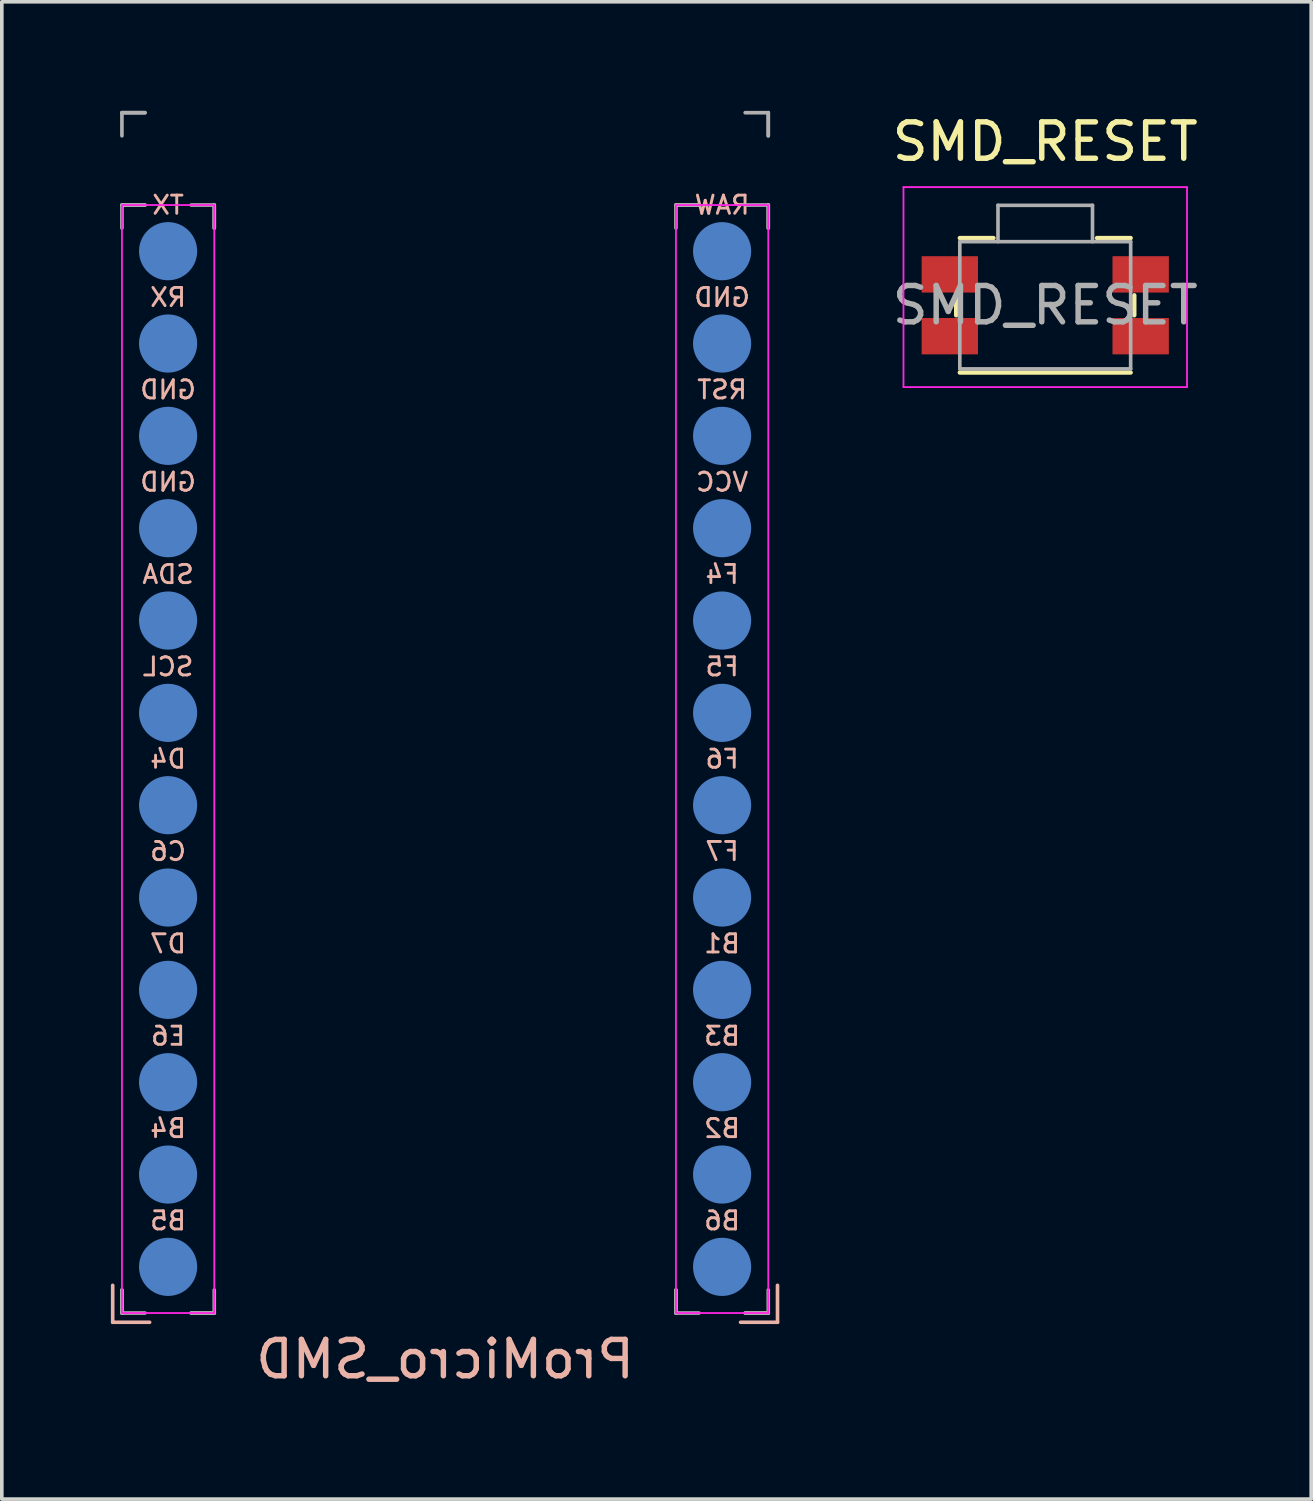
<source format=kicad_pcb>
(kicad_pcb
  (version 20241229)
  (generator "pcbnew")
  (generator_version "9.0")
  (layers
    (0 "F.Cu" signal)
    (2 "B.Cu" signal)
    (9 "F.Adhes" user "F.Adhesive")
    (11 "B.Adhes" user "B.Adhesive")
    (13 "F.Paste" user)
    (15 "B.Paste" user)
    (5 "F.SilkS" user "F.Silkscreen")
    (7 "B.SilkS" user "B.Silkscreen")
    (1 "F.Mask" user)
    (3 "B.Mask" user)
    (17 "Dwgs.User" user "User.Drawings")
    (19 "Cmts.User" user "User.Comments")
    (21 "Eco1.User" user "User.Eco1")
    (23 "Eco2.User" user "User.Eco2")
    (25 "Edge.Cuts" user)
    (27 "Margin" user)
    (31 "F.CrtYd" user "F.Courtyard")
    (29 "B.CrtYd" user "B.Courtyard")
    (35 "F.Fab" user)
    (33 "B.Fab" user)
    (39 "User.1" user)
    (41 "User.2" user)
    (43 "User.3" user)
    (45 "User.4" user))
  (footprint "SMD_RESET"
    (layer "F.Cu")
    (at 25.703 5.348)
    (property "Reference" "SMD_RESET" (at 0 -4.5 0) (layer "F.SilkS") (effects (font (size 1 1) (thickness 0.15))))
    (attr smd)
    (fp_line (start -2.45 0.275) (end -2.45 -0.275) (stroke (width 0.12) (type solid)) (layer "F.SilkS"))
    (fp_line (start -1.425 -1.85) (end -2.35 -1.85) (stroke (width 0.12) (type solid)) (layer "F.SilkS"))
    (fp_line (start 2.35 -1.85) (end 1.425 -1.85) (stroke (width 0.12) (type solid)) (layer "F.SilkS"))
    (fp_line (start 2.35 1.85) (end -2.35 1.85) (stroke (width 0.12) (type solid)) (layer "F.SilkS"))
    (fp_line (start 2.45 0.275) (end 2.45 -0.275) (stroke (width 0.12) (type solid)) (layer "F.SilkS"))
    (fp_line (start -3.9 2.25) (end -3.9 -3.25) (stroke (width 0.05) (type solid)) (layer "F.CrtYd"))
    (fp_line (start 3.9 -3.25) (end -3.9 -3.25) (stroke (width 0.05) (type solid)) (layer "F.CrtYd"))
    (fp_line (start 3.9 2.25) (end -3.9 2.25) (stroke (width 0.05) (type solid)) (layer "F.CrtYd"))
    (fp_line (start 3.9 2.25) (end 3.9 -3.25) (stroke (width 0.05) (type solid)) (layer "F.CrtYd"))
    (fp_line (start -2.35 1.75) (end -2.35 -1.75) (stroke (width 0.1) (type solid)) (layer "F.Fab"))
    (fp_line (start -1.3 -2.75) (end -1.3 -1.75) (stroke (width 0.1) (type solid)) (layer "F.Fab"))
    (fp_line (start 1.3 -2.75) (end -1.3 -2.75) (stroke (width 0.1) (type solid)) (layer "F.Fab"))
    (fp_line (start 1.3 -2.75) (end 1.3 -1.75) (stroke (width 0.1) (type solid)) (layer "F.Fab"))
    (fp_line (start 2.35 -1.75) (end -2.35 -1.75) (stroke (width 0.1) (type solid)) (layer "F.Fab"))
    (fp_line (start 2.35 1.75) (end -2.35 1.75) (stroke (width 0.1) (type solid)) (layer "F.Fab"))
    (fp_line (start 2.35 1.75) (end 2.35 -1.75) (stroke (width 0.1) (type solid)) (layer "F.Fab"))
    (fp_text user "${REFERENCE}" (at 0 0 0) (layer "F.Fab") (effects (font (size 1 1) (thickness 0.15))))
    (pad "1" smd rect (at -2.625 -0.85 180) (size 1.55 1) (layers "F.Cu" "F.Mask" "F.Paste"))
    (pad "1" smd rect (at 2.625 -0.85 180) (size 1.55 1) (layers "F.Cu" "F.Mask" "F.Paste"))
    (pad "2" smd rect (at -2.625 0.85 180) (size 1.55 1) (layers "F.Cu" "F.Mask" "F.Paste"))
    (pad "2" smd rect (at 2.625 0.85 180) (size 1.55 1) (layers "F.Cu" "F.Mask" "F.Paste")))
  (footprint "ProMicro_SMD"
    (layer "F.Cu")
    (at 9.194 16.56)
    (property "Reference" "ProMicro_SMD" (at 0 17.78 0) (layer "B.SilkS") (effects (font (size 1 1) (thickness 0.15)) (justify mirror)))
    (fp_line (start -9.144 16.764) (end -9.144 15.748) (stroke (width 0.1) (type default)) (layer "B.SilkS"))
    (fp_line (start -8.128 16.764) (end -9.144 16.764) (stroke (width 0.1) (type default)) (layer "B.SilkS"))
    (fp_line (start 9.144 15.748) (end 9.144 16.764) (stroke (width 0.1) (type default)) (layer "B.SilkS"))
    (fp_line (start 9.144 16.764) (end 8.128 16.764) (stroke (width 0.1) (type default)) (layer "B.SilkS"))
    (fp_rect (start -8.89 -13.97) (end -6.35 16.51) (stroke (width 0.05) (type default)) (fill no) (layer "F.CrtYd"))
    (fp_rect (start 6.35 -13.97) (end 8.89 16.51) (stroke (width 0.05) (type default)) (fill no) (layer "F.CrtYd"))
    (fp_line (start -8.89 -16.51) (end -8.255 -16.51) (stroke (width 0.1) (type default)) (layer "F.Fab"))
    (fp_line (start -8.89 -15.875) (end -8.89 -16.51) (stroke (width 0.1) (type default)) (layer "F.Fab"))
    (fp_line (start -8.89 -13.97) (end -8.255 -13.97) (stroke (width 0.1) (type default)) (layer "F.Fab"))
    (fp_line (start -8.89 -13.335) (end -8.89 -13.97) (stroke (width 0.1) (type default)) (layer "F.Fab"))
    (fp_line (start -8.89 15.875) (end -8.89 16.51) (stroke (width 0.1) (type default)) (layer "F.Fab"))
    (fp_line (start -8.89 16.51) (end -8.89 15.875) (stroke (width 0.1) (type default)) (layer "F.Fab"))
    (fp_line (start -8.255 -16.51) (end -8.89 -16.51) (stroke (width 0.1) (type default)) (layer "F.Fab"))
    (fp_line (start -8.255 -13.97) (end -8.89 -13.97) (stroke (width 0.1) (type default)) (layer "F.Fab"))
    (fp_line (start -8.255 16.51) (end -8.89 16.51) (stroke (width 0.1) (type default)) (layer "F.Fab"))
    (fp_line (start -6.985 -13.97) (end -6.35 -13.97) (stroke (width 0.1) (type default)) (layer "F.Fab"))
    (fp_line (start -6.985 16.51) (end -6.35 16.51) (stroke (width 0.1) (type default)) (layer "F.Fab"))
    (fp_line (start -6.35 -13.97) (end -6.35 -13.335) (stroke (width 0.1) (type default)) (layer "F.Fab"))
    (fp_line (start -6.35 -13.335) (end -6.35 -13.97) (stroke (width 0.1) (type default)) (layer "F.Fab"))
    (fp_line (start -6.35 15.875) (end -6.35 16.51) (stroke (width 0.1) (type default)) (layer "F.Fab"))
    (fp_line (start -6.35 16.51) (end -6.985 16.51) (stroke (width 0.1) (type default)) (layer "F.Fab"))
    (fp_line (start 6.35 -13.97) (end 6.985 -13.97) (stroke (width 0.1) (type default)) (layer "F.Fab"))
    (fp_line (start 6.35 -13.335) (end 6.35 -13.97) (stroke (width 0.1) (type default)) (layer "F.Fab"))
    (fp_line (start 6.35 15.875) (end 6.35 16.51) (stroke (width 0.1) (type default)) (layer "F.Fab"))
    (fp_line (start 6.35 16.51) (end 6.35 15.875) (stroke (width 0.1) (type default)) (layer "F.Fab"))
    (fp_line (start 6.985 -13.97) (end 6.35 -13.97) (stroke (width 0.1) (type default)) (layer "F.Fab"))
    (fp_line (start 6.985 16.51) (end 6.35 16.51) (stroke (width 0.1) (type default)) (layer "F.Fab"))
    (fp_line (start 8.255 -16.51) (end 8.89 -16.51) (stroke (width 0.1) (type default)) (layer "F.Fab"))
    (fp_line (start 8.255 -13.97) (end 8.89 -13.97) (stroke (width 0.1) (type default)) (layer "F.Fab"))
    (fp_line (start 8.255 16.51) (end 8.89 16.51) (stroke (width 0.1) (type default)) (layer "F.Fab"))
    (fp_line (start 8.89 -16.51) (end 8.89 -15.875) (stroke (width 0.1) (type default)) (layer "F.Fab"))
    (fp_line (start 8.89 -15.875) (end 8.89 -16.51) (stroke (width 0.1) (type default)) (layer "F.Fab"))
    (fp_line (start 8.89 -13.97) (end 8.89 -13.335) (stroke (width 0.1) (type default)) (layer "F.Fab"))
    (fp_line (start 8.89 -13.335) (end 8.89 -13.97) (stroke (width 0.1) (type default)) (layer "F.Fab"))
    (fp_line (start 8.89 15.875) (end 8.89 16.51) (stroke (width 0.1) (type default)) (layer "F.Fab"))
    (fp_line (start 8.89 16.51) (end 8.255 16.51) (stroke (width 0.1) (type default)) (layer "F.Fab"))
    (fp_text user "RX" (at -7.62 -11.43 180) (layer "B.SilkS") (effects (font (size 0.5 0.5) (thickness 0.08)) (justify mirror)))
    (fp_text user "F5" (at 7.62 -1.27 0) (layer "B.SilkS") (effects (font (size 0.5 0.5) (thickness 0.08)) (justify mirror)))
    (fp_text user "D7" (at -7.62 6.35 180) (layer "B.SilkS") (effects (font (size 0.5 0.5) (thickness 0.08)) (justify mirror)))
    (fp_text user "B6" (at 7.62 13.97 0) (layer "B.SilkS") (effects (font (size 0.5 0.5) (thickness 0.08)) (justify mirror)))
    (fp_text user "SCL" (at -7.62 -1.27 180) (layer "B.SilkS") (effects (font (size 0.5 0.5) (thickness 0.08)) (justify mirror)))
    (fp_text user "D4" (at -7.62 1.27 180) (layer "B.SilkS") (effects (font (size 0.5 0.5) (thickness 0.08)) (justify mirror)))
    (fp_text user "RST" (at 7.62 -8.89 0) (layer "B.SilkS") (effects (font (size 0.5 0.5) (thickness 0.08)) (justify mirror)))
    (fp_text user "B5" (at -7.62 13.97 180) (layer "B.SilkS") (effects (font (size 0.5 0.5) (thickness 0.08)) (justify mirror)))
    (fp_text user "E6" (at -7.62 8.89 180) (layer "B.SilkS") (effects (font (size 0.5 0.5) (thickness 0.08)) (justify mirror)))
    (fp_text user "B1" (at 7.62 6.35 0) (layer "B.SilkS") (effects (font (size 0.5 0.5) (thickness 0.08)) (justify mirror)))
    (fp_text user "RAW" (at 7.62 -13.97 0) (layer "B.SilkS") (effects (font (size 0.5 0.5) (thickness 0.08)) (justify mirror)))
    (fp_text user "B3" (at 7.62 8.89 0) (layer "B.SilkS") (effects (font (size 0.5 0.5) (thickness 0.08)) (justify mirror)))
    (fp_text user "B2" (at 7.62 11.43 0) (layer "B.SilkS") (effects (font (size 0.5 0.5) (thickness 0.08)) (justify mirror)))
    (fp_text user "GND" (at -7.62 -6.35 180) (layer "B.SilkS") (effects (font (size 0.5 0.5) (thickness 0.08)) (justify mirror)))
    (fp_text user "SDA" (at -7.62 -3.81 180) (layer "B.SilkS") (effects (font (size 0.5 0.5) (thickness 0.08)) (justify mirror)))
    (fp_text user "F6" (at 7.62 1.27 0) (layer "B.SilkS") (effects (font (size 0.5 0.5) (thickness 0.08)) (justify mirror)))
    (fp_text user "F4" (at 7.62 -3.81 0) (layer "B.SilkS") (effects (font (size 0.5 0.5) (thickness 0.08)) (justify mirror)))
    (fp_text user "C6" (at -7.62 3.81 180) (layer "B.SilkS") (effects (font (size 0.5 0.5) (thickness 0.08)) (justify mirror)))
    (fp_text user "GND" (at 7.62 -11.43 0) (layer "B.SilkS") (effects (font (size 0.5 0.5) (thickness 0.08)) (justify mirror)))
    (fp_text user "TX" (at -7.62 -13.97 0) (layer "B.SilkS") (effects (font (size 0.5 0.5) (thickness 0.08)) (justify mirror)))
    (fp_text user "F7" (at 7.62 3.81 0) (layer "B.SilkS") (effects (font (size 0.5 0.5) (thickness 0.08)) (justify mirror)))
    (fp_text user "GND" (at -7.62 -8.89 0) (layer "B.SilkS") (effects (font (size 0.5 0.5) (thickness 0.08)) (justify mirror)))
    (fp_text user "VCC" (at 7.62 -6.35 0) (layer "B.SilkS") (effects (font (size 0.5 0.5) (thickness 0.08)) (justify mirror)))
    (fp_text user "B4" (at -7.62 11.43 180) (layer "B.SilkS") (effects (font (size 0.5 0.5) (thickness 0.08)) (justify mirror)))
    (pad "1" smd circle (at -7.62 -12.7 270) (size 1.6 1.6) (layers "B.Cu" "B.Mask" "B.Paste"))
    (pad "2" smd circle (at -7.62 -10.16 270) (size 1.6 1.6) (layers "B.Cu" "B.Mask" "B.Paste"))
    (pad "3" smd circle (at -7.62 -7.62 270) (size 1.6 1.6) (layers "B.Cu" "B.Mask" "B.Paste"))
    (pad "4" smd circle (at -7.62 -5.08 270) (size 1.6 1.6) (layers "B.Cu" "B.Mask" "B.Paste"))
    (pad "5" smd circle (at -7.62 -2.54 270) (size 1.6 1.6) (layers "B.Cu" "B.Mask" "B.Paste"))
    (pad "6" smd circle (at -7.62 0 270) (size 1.6 1.6) (layers "B.Cu" "B.Mask" "B.Paste"))
    (pad "7" smd circle (at -7.62 2.54 270) (size 1.6 1.6) (layers "B.Cu" "B.Mask" "B.Paste"))
    (pad "8" smd circle (at -7.62 5.08 270) (size 1.6 1.6) (layers "B.Cu" "B.Mask" "B.Paste"))
    (pad "9" smd circle (at -7.62 7.62 270) (size 1.6 1.6) (layers "B.Cu" "B.Mask" "B.Paste"))
    (pad "10" smd circle (at -7.62 10.16 270) (size 1.6 1.6) (layers "B.Cu" "B.Mask" "B.Paste"))
    (pad "11" smd circle (at -7.62 12.7 270) (size 1.6 1.6) (layers "B.Cu" "B.Mask" "B.Paste"))
    (pad "12" smd circle (at -7.62 15.24 270) (size 1.6 1.6) (layers "B.Cu" "B.Mask" "B.Paste"))
    (pad "13" smd circle (at 7.62 15.24 270) (size 1.6 1.6) (layers "B.Cu" "B.Mask" "B.Paste"))
    (pad "14" smd circle (at 7.62 12.7 270) (size 1.6 1.6) (layers "B.Cu" "B.Mask" "B.Paste"))
    (pad "15" smd circle (at 7.62 10.16 270) (size 1.6 1.6) (layers "B.Cu" "B.Mask" "B.Paste"))
    (pad "16" smd circle (at 7.62 7.62 270) (size 1.6 1.6) (layers "B.Cu" "B.Mask" "B.Paste"))
    (pad "17" smd circle (at 7.62 5.08 270) (size 1.6 1.6) (layers "B.Cu" "B.Mask" "B.Paste"))
    (pad "18" smd circle (at 7.62 2.54 270) (size 1.6 1.6) (layers "B.Cu" "B.Mask" "B.Paste"))
    (pad "19" smd circle (at 7.62 0 270) (size 1.6 1.6) (layers "B.Cu" "B.Mask" "B.Paste"))
    (pad "20" smd circle (at 7.62 -2.54 270) (size 1.6 1.6) (layers "B.Cu" "B.Mask" "B.Paste"))
    (pad "21" smd circle (at 7.62 -5.08 270) (size 1.6 1.6) (layers "B.Cu" "B.Mask" "B.Paste"))
    (pad "22" smd circle (at 7.62 -7.62 270) (size 1.6 1.6) (layers "B.Cu" "B.Mask" "B.Paste"))
    (pad "23" smd circle (at 7.62 -10.16 270) (size 1.6 1.6) (layers "B.Cu" "B.Mask" "B.Paste"))
    (pad "24" smd circle (at 7.62 -12.7 270) (size 1.6 1.6) (layers "B.Cu" "B.Mask" "B.Paste")))
  (gr_rect
    (start -3 -3)
    (end 33.019 38.188)
    (stroke (width 0.1) (type default))
    (fill no)
    (layer "Edge.Cuts")))
</source>
